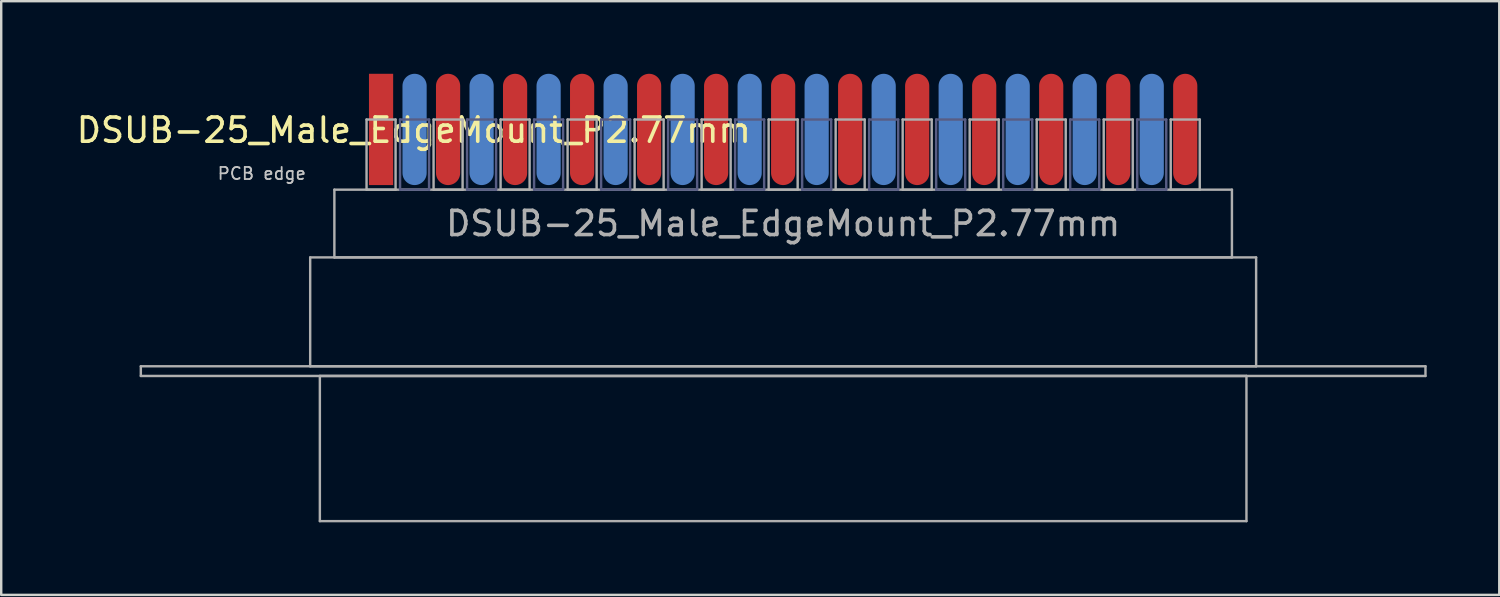
<source format=kicad_pcb>
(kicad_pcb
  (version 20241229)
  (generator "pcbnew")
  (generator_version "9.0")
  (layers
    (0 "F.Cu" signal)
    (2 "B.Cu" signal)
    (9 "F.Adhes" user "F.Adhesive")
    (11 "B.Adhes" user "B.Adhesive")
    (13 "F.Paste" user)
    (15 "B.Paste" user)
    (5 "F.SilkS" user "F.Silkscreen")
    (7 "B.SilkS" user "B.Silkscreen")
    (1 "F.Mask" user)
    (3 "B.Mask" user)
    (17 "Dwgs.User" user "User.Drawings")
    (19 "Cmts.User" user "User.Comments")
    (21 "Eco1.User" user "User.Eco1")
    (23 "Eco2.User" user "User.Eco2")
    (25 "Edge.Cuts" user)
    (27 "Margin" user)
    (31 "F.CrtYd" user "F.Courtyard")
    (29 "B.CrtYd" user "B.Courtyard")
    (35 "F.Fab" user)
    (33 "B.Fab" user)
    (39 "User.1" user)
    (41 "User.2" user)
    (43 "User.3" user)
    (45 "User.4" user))
  (footprint "DSUB-25_Male_EdgeMount_P2.77mm"
    (layer "F.Cu")
    (at 29.321 2.8)
    (property "Reference" "DSUB-25_Male_EdgeMount_P2.77mm" (at -15.267 -0.469 0) (layer "F.SilkS") (effects (font (size 1 1) (thickness 0.15))))
    (attr smd)
    (fp_line (start -15.835 -0.91) (end -15.835 1.99) (stroke (width 0.1) (type solid)) (layer "B.Fab"))
    (fp_line (start -15.835 1.99) (end -14.635 1.99) (stroke (width 0.1) (type solid)) (layer "B.Fab"))
    (fp_line (start -14.635 -0.91) (end -15.835 -0.91) (stroke (width 0.1) (type solid)) (layer "B.Fab"))
    (fp_line (start -14.635 1.99) (end -14.635 -0.91) (stroke (width 0.1) (type solid)) (layer "B.Fab"))
    (fp_line (start -13.065 -0.91) (end -13.065 1.99) (stroke (width 0.1) (type solid)) (layer "B.Fab"))
    (fp_line (start -13.065 1.99) (end -11.865 1.99) (stroke (width 0.1) (type solid)) (layer "B.Fab"))
    (fp_line (start -11.865 -0.91) (end -13.065 -0.91) (stroke (width 0.1) (type solid)) (layer "B.Fab"))
    (fp_line (start -11.865 1.99) (end -11.865 -0.91) (stroke (width 0.1) (type solid)) (layer "B.Fab"))
    (fp_line (start -10.295 -0.91) (end -10.295 1.99) (stroke (width 0.1) (type solid)) (layer "B.Fab"))
    (fp_line (start -10.295 1.99) (end -9.095 1.99) (stroke (width 0.1) (type solid)) (layer "B.Fab"))
    (fp_line (start -9.095 -0.91) (end -10.295 -0.91) (stroke (width 0.1) (type solid)) (layer "B.Fab"))
    (fp_line (start -9.095 1.99) (end -9.095 -0.91) (stroke (width 0.1) (type solid)) (layer "B.Fab"))
    (fp_line (start -7.525 -0.91) (end -7.525 1.99) (stroke (width 0.1) (type solid)) (layer "B.Fab"))
    (fp_line (start -7.525 1.99) (end -6.325 1.99) (stroke (width 0.1) (type solid)) (layer "B.Fab"))
    (fp_line (start -6.325 -0.91) (end -7.525 -0.91) (stroke (width 0.1) (type solid)) (layer "B.Fab"))
    (fp_line (start -6.325 1.99) (end -6.325 -0.91) (stroke (width 0.1) (type solid)) (layer "B.Fab"))
    (fp_line (start -4.755 -0.91) (end -4.755 1.99) (stroke (width 0.1) (type solid)) (layer "B.Fab"))
    (fp_line (start -4.755 1.99) (end -3.555 1.99) (stroke (width 0.1) (type solid)) (layer "B.Fab"))
    (fp_line (start -3.555 -0.91) (end -4.755 -0.91) (stroke (width 0.1) (type solid)) (layer "B.Fab"))
    (fp_line (start -3.555 1.99) (end -3.555 -0.91) (stroke (width 0.1) (type solid)) (layer "B.Fab"))
    (fp_line (start -1.985 -0.91) (end -1.985 1.99) (stroke (width 0.1) (type solid)) (layer "B.Fab"))
    (fp_line (start -1.985 1.99) (end -0.785 1.99) (stroke (width 0.1) (type solid)) (layer "B.Fab"))
    (fp_line (start -0.785 -0.91) (end -1.985 -0.91) (stroke (width 0.1) (type solid)) (layer "B.Fab"))
    (fp_line (start -0.785 1.99) (end -0.785 -0.91) (stroke (width 0.1) (type solid)) (layer "B.Fab"))
    (fp_line (start 0.785 -0.91) (end 0.785 1.99) (stroke (width 0.1) (type solid)) (layer "B.Fab"))
    (fp_line (start 0.785 1.99) (end 1.985 1.99) (stroke (width 0.1) (type solid)) (layer "B.Fab"))
    (fp_line (start 1.985 -0.91) (end 0.785 -0.91) (stroke (width 0.1) (type solid)) (layer "B.Fab"))
    (fp_line (start 1.985 1.99) (end 1.985 -0.91) (stroke (width 0.1) (type solid)) (layer "B.Fab"))
    (fp_line (start 3.555 -0.91) (end 3.555 1.99) (stroke (width 0.1) (type solid)) (layer "B.Fab"))
    (fp_line (start 3.555 1.99) (end 4.755 1.99) (stroke (width 0.1) (type solid)) (layer "B.Fab"))
    (fp_line (start 4.755 -0.91) (end 3.555 -0.91) (stroke (width 0.1) (type solid)) (layer "B.Fab"))
    (fp_line (start 4.755 1.99) (end 4.755 -0.91) (stroke (width 0.1) (type solid)) (layer "B.Fab"))
    (fp_line (start 6.325 -0.91) (end 6.325 1.99) (stroke (width 0.1) (type solid)) (layer "B.Fab"))
    (fp_line (start 6.325 1.99) (end 7.525 1.99) (stroke (width 0.1) (type solid)) (layer "B.Fab"))
    (fp_line (start 7.525 -0.91) (end 6.325 -0.91) (stroke (width 0.1) (type solid)) (layer "B.Fab"))
    (fp_line (start 7.525 1.99) (end 7.525 -0.91) (stroke (width 0.1) (type solid)) (layer "B.Fab"))
    (fp_line (start 9.095 -0.91) (end 9.095 1.99) (stroke (width 0.1) (type solid)) (layer "B.Fab"))
    (fp_line (start 9.095 1.99) (end 10.295 1.99) (stroke (width 0.1) (type solid)) (layer "B.Fab"))
    (fp_line (start 10.295 -0.91) (end 9.095 -0.91) (stroke (width 0.1) (type solid)) (layer "B.Fab"))
    (fp_line (start 10.295 1.99) (end 10.295 -0.91) (stroke (width 0.1) (type solid)) (layer "B.Fab"))
    (fp_line (start 11.865 -0.91) (end 11.865 1.99) (stroke (width 0.1) (type solid)) (layer "B.Fab"))
    (fp_line (start 11.865 1.99) (end 13.065 1.99) (stroke (width 0.1) (type solid)) (layer "B.Fab"))
    (fp_line (start 13.065 -0.91) (end 11.865 -0.91) (stroke (width 0.1) (type solid)) (layer "B.Fab"))
    (fp_line (start 13.065 1.99) (end 13.065 -0.91) (stroke (width 0.1) (type solid)) (layer "B.Fab"))
    (fp_line (start 14.635 -0.91) (end 14.635 1.99) (stroke (width 0.1) (type solid)) (layer "B.Fab"))
    (fp_line (start 14.635 1.99) (end 15.835 1.99) (stroke (width 0.1) (type solid)) (layer "B.Fab"))
    (fp_line (start 15.835 -0.91) (end 14.635 -0.91) (stroke (width 0.1) (type solid)) (layer "B.Fab"))
    (fp_line (start 15.835 1.99) (end 15.835 -0.91) (stroke (width 0.1) (type solid)) (layer "B.Fab"))
    (fp_line (start -26.55 9.29) (end -26.55 9.69) (stroke (width 0.1) (type solid)) (layer "F.Fab"))
    (fp_line (start -26.55 9.69) (end 26.55 9.69) (stroke (width 0.1) (type solid)) (layer "F.Fab"))
    (fp_line (start -19.55 4.79) (end -19.55 9.29) (stroke (width 0.1) (type solid)) (layer "F.Fab"))
    (fp_line (start -19.55 9.29) (end 19.55 9.29) (stroke (width 0.1) (type solid)) (layer "F.Fab"))
    (fp_line (start -19.15 9.69) (end -19.15 15.69) (stroke (width 0.1) (type solid)) (layer "F.Fab"))
    (fp_line (start -19.15 15.69) (end 19.15 15.69) (stroke (width 0.1) (type solid)) (layer "F.Fab"))
    (fp_line (start -18.55 1.99) (end -18.55 4.79) (stroke (width 0.1) (type solid)) (layer "F.Fab"))
    (fp_line (start -18.55 4.79) (end 18.55 4.79) (stroke (width 0.1) (type solid)) (layer "F.Fab"))
    (fp_line (start -17.22 -0.91) (end -17.22 1.99) (stroke (width 0.1) (type solid)) (layer "F.Fab"))
    (fp_line (start -17.22 1.99) (end -16.02 1.99) (stroke (width 0.1) (type solid)) (layer "F.Fab"))
    (fp_line (start -16.02 -0.91) (end -17.22 -0.91) (stroke (width 0.1) (type solid)) (layer "F.Fab"))
    (fp_line (start -16.02 1.99) (end -16.02 -0.91) (stroke (width 0.1) (type solid)) (layer "F.Fab"))
    (fp_line (start -14.45 -0.91) (end -14.45 1.99) (stroke (width 0.1) (type solid)) (layer "F.Fab"))
    (fp_line (start -14.45 1.99) (end -13.25 1.99) (stroke (width 0.1) (type solid)) (layer "F.Fab"))
    (fp_line (start -13.25 -0.91) (end -14.45 -0.91) (stroke (width 0.1) (type solid)) (layer "F.Fab"))
    (fp_line (start -13.25 1.99) (end -13.25 -0.91) (stroke (width 0.1) (type solid)) (layer "F.Fab"))
    (fp_line (start -11.68 -0.91) (end -11.68 1.99) (stroke (width 0.1) (type solid)) (layer "F.Fab"))
    (fp_line (start -11.68 1.99) (end -10.48 1.99) (stroke (width 0.1) (type solid)) (layer "F.Fab"))
    (fp_line (start -10.48 -0.91) (end -11.68 -0.91) (stroke (width 0.1) (type solid)) (layer "F.Fab"))
    (fp_line (start -10.48 1.99) (end -10.48 -0.91) (stroke (width 0.1) (type solid)) (layer "F.Fab"))
    (fp_line (start -8.91 -0.91) (end -8.91 1.99) (stroke (width 0.1) (type solid)) (layer "F.Fab"))
    (fp_line (start -8.91 1.99) (end -7.71 1.99) (stroke (width 0.1) (type solid)) (layer "F.Fab"))
    (fp_line (start -7.71 -0.91) (end -8.91 -0.91) (stroke (width 0.1) (type solid)) (layer "F.Fab"))
    (fp_line (start -7.71 1.99) (end -7.71 -0.91) (stroke (width 0.1) (type solid)) (layer "F.Fab"))
    (fp_line (start -6.14 -0.91) (end -6.14 1.99) (stroke (width 0.1) (type solid)) (layer "F.Fab"))
    (fp_line (start -6.14 1.99) (end -4.94 1.99) (stroke (width 0.1) (type solid)) (layer "F.Fab"))
    (fp_line (start -4.94 -0.91) (end -6.14 -0.91) (stroke (width 0.1) (type solid)) (layer "F.Fab"))
    (fp_line (start -4.94 1.99) (end -4.94 -0.91) (stroke (width 0.1) (type solid)) (layer "F.Fab"))
    (fp_line (start -3.37 -0.91) (end -3.37 1.99) (stroke (width 0.1) (type solid)) (layer "F.Fab"))
    (fp_line (start -3.37 1.99) (end -2.17 1.99) (stroke (width 0.1) (type solid)) (layer "F.Fab"))
    (fp_line (start -2.17 -0.91) (end -3.37 -0.91) (stroke (width 0.1) (type solid)) (layer "F.Fab"))
    (fp_line (start -2.17 1.99) (end -2.17 -0.91) (stroke (width 0.1) (type solid)) (layer "F.Fab"))
    (fp_line (start -0.6 -0.91) (end -0.6 1.99) (stroke (width 0.1) (type solid)) (layer "F.Fab"))
    (fp_line (start -0.6 1.99) (end 0.6 1.99) (stroke (width 0.1) (type solid)) (layer "F.Fab"))
    (fp_line (start 0.6 -0.91) (end -0.6 -0.91) (stroke (width 0.1) (type solid)) (layer "F.Fab"))
    (fp_line (start 0.6 1.99) (end 0.6 -0.91) (stroke (width 0.1) (type solid)) (layer "F.Fab"))
    (fp_line (start 2.17 -0.91) (end 2.17 1.99) (stroke (width 0.1) (type solid)) (layer "F.Fab"))
    (fp_line (start 2.17 1.99) (end 3.37 1.99) (stroke (width 0.1) (type solid)) (layer "F.Fab"))
    (fp_line (start 3.37 -0.91) (end 2.17 -0.91) (stroke (width 0.1) (type solid)) (layer "F.Fab"))
    (fp_line (start 3.37 1.99) (end 3.37 -0.91) (stroke (width 0.1) (type solid)) (layer "F.Fab"))
    (fp_line (start 4.94 -0.91) (end 4.94 1.99) (stroke (width 0.1) (type solid)) (layer "F.Fab"))
    (fp_line (start 4.94 1.99) (end 6.14 1.99) (stroke (width 0.1) (type solid)) (layer "F.Fab"))
    (fp_line (start 6.14 -0.91) (end 4.94 -0.91) (stroke (width 0.1) (type solid)) (layer "F.Fab"))
    (fp_line (start 6.14 1.99) (end 6.14 -0.91) (stroke (width 0.1) (type solid)) (layer "F.Fab"))
    (fp_line (start 7.71 -0.91) (end 7.71 1.99) (stroke (width 0.1) (type solid)) (layer "F.Fab"))
    (fp_line (start 7.71 1.99) (end 8.91 1.99) (stroke (width 0.1) (type solid)) (layer "F.Fab"))
    (fp_line (start 8.91 -0.91) (end 7.71 -0.91) (stroke (width 0.1) (type solid)) (layer "F.Fab"))
    (fp_line (start 8.91 1.99) (end 8.91 -0.91) (stroke (width 0.1) (type solid)) (layer "F.Fab"))
    (fp_line (start 10.48 -0.91) (end 10.48 1.99) (stroke (width 0.1) (type solid)) (layer "F.Fab"))
    (fp_line (start 10.48 1.99) (end 11.68 1.99) (stroke (width 0.1) (type solid)) (layer "F.Fab"))
    (fp_line (start 11.68 -0.91) (end 10.48 -0.91) (stroke (width 0.1) (type solid)) (layer "F.Fab"))
    (fp_line (start 11.68 1.99) (end 11.68 -0.91) (stroke (width 0.1) (type solid)) (layer "F.Fab"))
    (fp_line (start 13.25 -0.91) (end 13.25 1.99) (stroke (width 0.1) (type solid)) (layer "F.Fab"))
    (fp_line (start 13.25 1.99) (end 14.45 1.99) (stroke (width 0.1) (type solid)) (layer "F.Fab"))
    (fp_line (start 14.45 -0.91) (end 13.25 -0.91) (stroke (width 0.1) (type solid)) (layer "F.Fab"))
    (fp_line (start 14.45 1.99) (end 14.45 -0.91) (stroke (width 0.1) (type solid)) (layer "F.Fab"))
    (fp_line (start 16.02 -0.91) (end 16.02 1.99) (stroke (width 0.1) (type solid)) (layer "F.Fab"))
    (fp_line (start 16.02 1.99) (end 17.22 1.99) (stroke (width 0.1) (type solid)) (layer "F.Fab"))
    (fp_line (start 17.22 -0.91) (end 16.02 -0.91) (stroke (width 0.1) (type solid)) (layer "F.Fab"))
    (fp_line (start 17.22 1.99) (end 17.22 -0.91) (stroke (width 0.1) (type solid)) (layer "F.Fab"))
    (fp_line (start 18.55 1.99) (end -18.55 1.99) (stroke (width 0.1) (type solid)) (layer "F.Fab"))
    (fp_line (start 18.55 4.79) (end 18.55 1.99) (stroke (width 0.1) (type solid)) (layer "F.Fab"))
    (fp_line (start 19.15 9.69) (end -19.15 9.69) (stroke (width 0.1) (type solid)) (layer "F.Fab"))
    (fp_line (start 19.15 15.69) (end 19.15 9.69) (stroke (width 0.1) (type solid)) (layer "F.Fab"))
    (fp_line (start 19.55 4.79) (end -19.55 4.79) (stroke (width 0.1) (type solid)) (layer "F.Fab"))
    (fp_line (start 19.55 9.29) (end 19.55 4.79) (stroke (width 0.1) (type solid)) (layer "F.Fab"))
    (fp_line (start 26.55 9.29) (end -26.55 9.29) (stroke (width 0.1) (type solid)) (layer "F.Fab"))
    (fp_line (start 26.55 9.69) (end 26.55 9.29) (stroke (width 0.1) (type solid)) (layer "F.Fab"))
    (fp_text user "PCB edge" (at -21.55 1.323 0) (layer "Dwgs.User") (effects (font (size 0.5 0.5) (thickness 0.075))))
    (fp_text user "${REFERENCE}" (at 0 3.39 0) (layer "F.Fab") (effects (font (size 1 1) (thickness 0.15))))
    (pad "1" smd rect (at -16.62 -0.5) (size 1 4.6) (layers "F.Cu" "F.Mask" "F.Paste"))
    (pad "2" smd oval (at -13.85 -0.5) (size 1 4.6) (layers "F.Cu" "F.Mask" "F.Paste"))
    (pad "3" smd oval (at -11.08 -0.5) (size 1 4.6) (layers "F.Cu" "F.Mask" "F.Paste"))
    (pad "4" smd oval (at -8.31 -0.5) (size 1 4.6) (layers "F.Cu" "F.Mask" "F.Paste"))
    (pad "5" smd oval (at -5.54 -0.5) (size 1 4.6) (layers "F.Cu" "F.Mask" "F.Paste"))
    (pad "6" smd oval (at -2.77 -0.5) (size 1 4.6) (layers "F.Cu" "F.Mask" "F.Paste"))
    (pad "7" smd oval (at 0 -0.5) (size 1 4.6) (layers "F.Cu" "F.Mask" "F.Paste"))
    (pad "8" smd oval (at 2.77 -0.5) (size 1 4.6) (layers "F.Cu" "F.Mask" "F.Paste"))
    (pad "9" smd oval (at 5.54 -0.5) (size 1 4.6) (layers "F.Cu" "F.Mask" "F.Paste"))
    (pad "10" smd oval (at 8.31 -0.5) (size 1 4.6) (layers "F.Cu" "F.Mask" "F.Paste"))
    (pad "11" smd oval (at 11.08 -0.5) (size 1 4.6) (layers "F.Cu" "F.Mask" "F.Paste"))
    (pad "12" smd oval (at 13.85 -0.5) (size 1 4.6) (layers "F.Cu" "F.Mask" "F.Paste"))
    (pad "13" smd oval (at 16.62 -0.5) (size 1 4.6) (layers "F.Cu" "F.Mask" "F.Paste"))
    (pad "14" smd oval (at -15.235 -0.5) (size 1 4.6) (layers "B.Cu" "B.Mask" "B.Paste"))
    (pad "15" smd oval (at -12.465 -0.5) (size 1 4.6) (layers "B.Cu" "B.Mask" "B.Paste"))
    (pad "16" smd oval (at -9.695 -0.5) (size 1 4.6) (layers "B.Cu" "B.Mask" "B.Paste"))
    (pad "17" smd oval (at -6.925 -0.5) (size 1 4.6) (layers "B.Cu" "B.Mask" "B.Paste"))
    (pad "18" smd oval (at -4.155 -0.5) (size 1 4.6) (layers "B.Cu" "B.Mask" "B.Paste"))
    (pad "19" smd oval (at -1.385 -0.5) (size 1 4.6) (layers "B.Cu" "B.Mask" "B.Paste"))
    (pad "20" smd oval (at 1.385 -0.5) (size 1 4.6) (layers "B.Cu" "B.Mask" "B.Paste"))
    (pad "21" smd oval (at 4.155 -0.5) (size 1 4.6) (layers "B.Cu" "B.Mask" "B.Paste"))
    (pad "22" smd oval (at 6.925 -0.5) (size 1 4.6) (layers "B.Cu" "B.Mask" "B.Paste"))
    (pad "23" smd oval (at 9.695 -0.5) (size 1 4.6) (layers "B.Cu" "B.Mask" "B.Paste"))
    (pad "24" smd oval (at 12.465 -0.5) (size 1 4.6) (layers "B.Cu" "B.Mask" "B.Paste"))
    (pad "25" smd oval (at 15.235 -0.5) (size 1 4.6) (layers "B.Cu" "B.Mask" "B.Paste")))
  (gr_rect
    (start -3 -3)
    (end 58.921 21.54)
    (stroke (width 0.1) (type default))
    (fill no)
    (layer "Edge.Cuts")))
</source>
